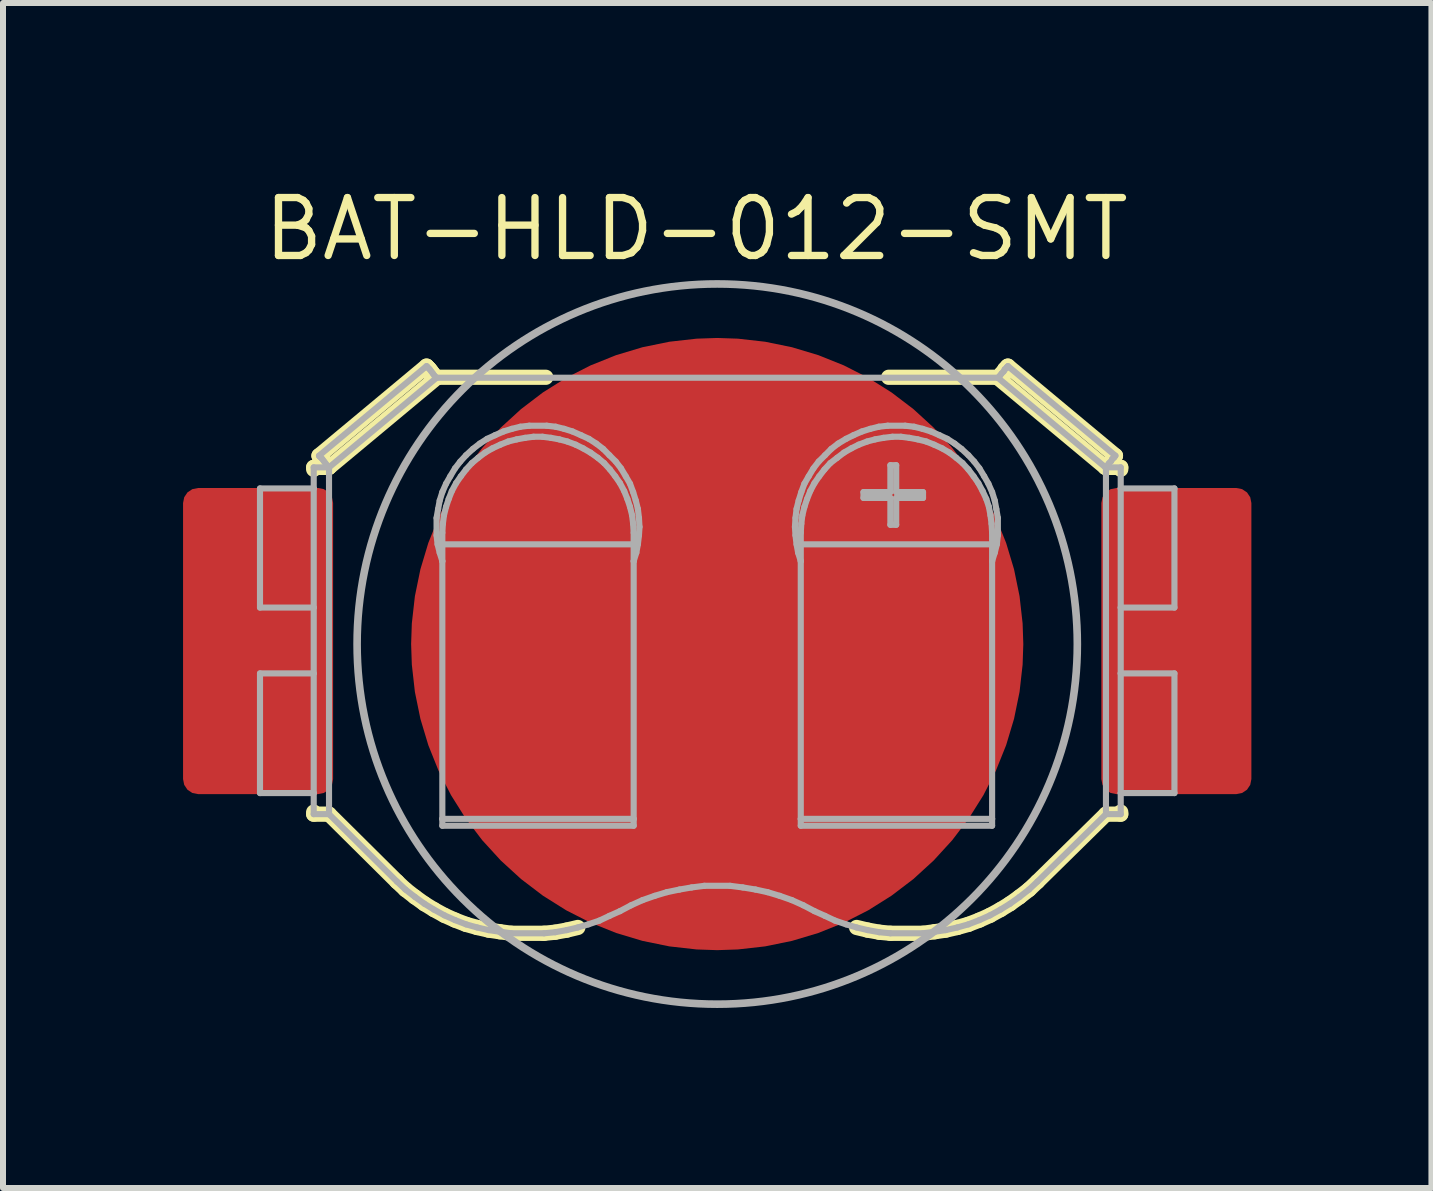
<source format=kicad_pcb>
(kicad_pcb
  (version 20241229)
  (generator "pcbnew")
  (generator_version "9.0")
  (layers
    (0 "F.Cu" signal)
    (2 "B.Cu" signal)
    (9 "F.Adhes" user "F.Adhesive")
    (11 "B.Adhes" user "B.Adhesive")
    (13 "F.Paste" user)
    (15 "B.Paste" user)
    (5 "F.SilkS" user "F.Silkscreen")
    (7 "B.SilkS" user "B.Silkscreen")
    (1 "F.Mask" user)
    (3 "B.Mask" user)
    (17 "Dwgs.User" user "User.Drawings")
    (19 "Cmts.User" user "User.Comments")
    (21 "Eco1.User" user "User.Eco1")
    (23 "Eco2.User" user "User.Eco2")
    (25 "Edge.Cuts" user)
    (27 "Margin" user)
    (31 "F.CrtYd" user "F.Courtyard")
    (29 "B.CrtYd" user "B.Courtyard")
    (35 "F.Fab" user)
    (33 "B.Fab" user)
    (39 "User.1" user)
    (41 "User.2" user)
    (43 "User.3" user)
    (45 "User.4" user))
  (footprint "BAT-HLD-012-SMT"
    (layer "F.Cu")
    (at 8.9 7.681)
    (property "Reference" "BAT-HLD-012-SMT" (at -7.62 -6.35 0) (layer "F.SilkS") (effects (font (size 0.965 0.965) (thickness 0.122)) (justify left bottom)))
    (attr through_hole)
    (fp_line (start -6.723 -2.911) (end -6.723 -2.944) (stroke (width 0.254) (type solid)) (layer "F.SilkS"))
    (fp_line (start -6.723 2.834) (end -6.723 2.8) (stroke (width 0.254) (type solid)) (layer "F.SilkS"))
    (fp_line (start -6.635 -3.138) (end -4.843 -4.631) (stroke (width 0.254) (type solid)) (layer "F.SilkS"))
    (fp_line (start -6.626 -3.129) (end -6.635 -3.138) (stroke (width 0.254) (type solid)) (layer "F.SilkS"))
    (fp_line (start -6.617 -3.12) (end -6.626 -3.129) (stroke (width 0.254) (type solid)) (layer "F.SilkS"))
    (fp_line (start -6.6 -3.103) (end -6.617 -3.12) (stroke (width 0.254) (type solid)) (layer "F.SilkS"))
    (fp_line (start -6.582 -3.085) (end -6.6 -3.103) (stroke (width 0.254) (type solid)) (layer "F.SilkS"))
    (fp_line (start -6.556 -3.05) (end -6.582 -3.085) (stroke (width 0.254) (type solid)) (layer "F.SilkS"))
    (fp_line (start -6.529 -3.015) (end -6.556 -3.05) (stroke (width 0.254) (type solid)) (layer "F.SilkS"))
    (fp_line (start -6.503 -2.98) (end -6.529 -3.015) (stroke (width 0.254) (type solid)) (layer "F.SilkS"))
    (fp_line (start -6.468 -2.944) (end -6.723 -2.944) (stroke (width 0.254) (type solid)) (layer "F.SilkS"))
    (fp_line (start -6.468 -2.944) (end -6.503 -2.98) (stroke (width 0.254) (type solid)) (layer "F.SilkS"))
    (fp_line (start -6.468 2.834) (end -6.723 2.834) (stroke (width 0.254) (type solid)) (layer "F.SilkS"))
    (fp_line (start -6.468 2.834) (end -5.335 3.958) (stroke (width 0.254) (type solid)) (layer "F.SilkS"))
    (fp_line (start -5.335 3.958) (end -5.195 4.09) (stroke (width 0.254) (type solid)) (layer "F.SilkS"))
    (fp_line (start -5.195 4.09) (end -5.037 4.213) (stroke (width 0.254) (type solid)) (layer "F.SilkS"))
    (fp_line (start -5.037 4.213) (end -4.878 4.327) (stroke (width 0.254) (type solid)) (layer "F.SilkS"))
    (fp_line (start -4.878 4.327) (end -4.72 4.424) (stroke (width 0.254) (type solid)) (layer "F.SilkS"))
    (fp_line (start -4.835 -4.622) (end -4.843 -4.631) (stroke (width 0.254) (type solid)) (layer "F.SilkS"))
    (fp_line (start -4.826 -4.613) (end -4.835 -4.622) (stroke (width 0.254) (type solid)) (layer "F.SilkS"))
    (fp_line (start -4.808 -4.595) (end -4.826 -4.613) (stroke (width 0.254) (type solid)) (layer "F.SilkS"))
    (fp_line (start -4.791 -4.578) (end -4.808 -4.595) (stroke (width 0.254) (type solid)) (layer "F.SilkS"))
    (fp_line (start -4.764 -4.543) (end -4.791 -4.578) (stroke (width 0.254) (type solid)) (layer "F.SilkS"))
    (fp_line (start -4.763 -4.445) (end -2.857 -4.445) (stroke (width 0.254) (type solid)) (layer "F.SilkS"))
    (fp_line (start -4.738 -4.508) (end -4.764 -4.543) (stroke (width 0.254) (type solid)) (layer "F.SilkS"))
    (fp_line (start -4.72 4.424) (end -4.545 4.52) (stroke (width 0.254) (type solid)) (layer "F.SilkS"))
    (fp_line (start -4.712 -4.473) (end -4.738 -4.508) (stroke (width 0.254) (type solid)) (layer "F.SilkS"))
    (fp_line (start -4.676 -4.437) (end -6.468 -2.944) (stroke (width 0.254) (type solid)) (layer "F.SilkS"))
    (fp_line (start -4.676 -4.437) (end -4.712 -4.473) (stroke (width 0.254) (type solid)) (layer "F.SilkS"))
    (fp_line (start -4.545 4.52) (end -4.369 4.599) (stroke (width 0.254) (type solid)) (layer "F.SilkS"))
    (fp_line (start -4.369 4.599) (end -4.185 4.67) (stroke (width 0.254) (type solid)) (layer "F.SilkS"))
    (fp_line (start -4.185 4.67) (end -4 4.722) (stroke (width 0.254) (type solid)) (layer "F.SilkS"))
    (fp_line (start -4 4.722) (end -3.807 4.766) (stroke (width 0.254) (type solid)) (layer "F.SilkS"))
    (fp_line (start -3.807 4.766) (end -3.623 4.793) (stroke (width 0.254) (type solid)) (layer "F.SilkS"))
    (fp_line (start -3.623 4.793) (end -3.429 4.819) (stroke (width 0.254) (type solid)) (layer "F.SilkS"))
    (fp_line (start -3.429 4.819) (end -2.885 4.819) (stroke (width 0.254) (type solid)) (layer "F.SilkS"))
    (fp_line (start -2.885 4.819) (end -2.7 4.801) (stroke (width 0.254) (type solid)) (layer "F.SilkS"))
    (fp_line (start -2.7 4.801) (end -2.507 4.766) (stroke (width 0.254) (type solid)) (layer "F.SilkS"))
    (fp_line (start -2.507 4.766) (end -2.323 4.722) (stroke (width 0.254) (type solid)) (layer "F.SilkS"))
    (fp_line (start 2.323 4.722) (end 2.507 4.766) (stroke (width 0.254) (type solid)) (layer "F.SilkS"))
    (fp_line (start 2.507 4.766) (end 2.7 4.801) (stroke (width 0.254) (type solid)) (layer "F.SilkS"))
    (fp_line (start 2.7 4.801) (end 2.885 4.819) (stroke (width 0.254) (type solid)) (layer "F.SilkS"))
    (fp_line (start 2.857 -4.445) (end 4.763 -4.445) (stroke (width 0.254) (type solid)) (layer "F.SilkS"))
    (fp_line (start 2.885 4.819) (end 3.429 4.819) (stroke (width 0.254) (type solid)) (layer "F.SilkS"))
    (fp_line (start 3.429 4.819) (end 3.623 4.793) (stroke (width 0.254) (type solid)) (layer "F.SilkS"))
    (fp_line (start 3.623 4.793) (end 3.807 4.766) (stroke (width 0.254) (type solid)) (layer "F.SilkS"))
    (fp_line (start 3.807 4.766) (end 4 4.722) (stroke (width 0.254) (type solid)) (layer "F.SilkS"))
    (fp_line (start 4 4.722) (end 4.185 4.67) (stroke (width 0.254) (type solid)) (layer "F.SilkS"))
    (fp_line (start 4.185 4.67) (end 4.369 4.599) (stroke (width 0.254) (type solid)) (layer "F.SilkS"))
    (fp_line (start 4.369 4.599) (end 4.545 4.52) (stroke (width 0.254) (type solid)) (layer "F.SilkS"))
    (fp_line (start 4.545 4.52) (end 4.72 4.424) (stroke (width 0.254) (type solid)) (layer "F.SilkS"))
    (fp_line (start 4.676 -4.437) (end 4.712 -4.473) (stroke (width 0.254) (type solid)) (layer "F.SilkS"))
    (fp_line (start 4.712 -4.473) (end 4.738 -4.508) (stroke (width 0.254) (type solid)) (layer "F.SilkS"))
    (fp_line (start 4.72 4.424) (end 4.878 4.327) (stroke (width 0.254) (type solid)) (layer "F.SilkS"))
    (fp_line (start 4.738 -4.508) (end 4.773 -4.543) (stroke (width 0.254) (type solid)) (layer "F.SilkS"))
    (fp_line (start 4.773 -4.543) (end 4.791 -4.578) (stroke (width 0.254) (type solid)) (layer "F.SilkS"))
    (fp_line (start 4.791 -4.578) (end 4.817 -4.595) (stroke (width 0.254) (type solid)) (layer "F.SilkS"))
    (fp_line (start 4.817 -4.595) (end 4.826 -4.613) (stroke (width 0.254) (type solid)) (layer "F.SilkS"))
    (fp_line (start 4.826 -4.613) (end 4.835 -4.622) (stroke (width 0.254) (type solid)) (layer "F.SilkS"))
    (fp_line (start 4.835 -4.622) (end 4.843 -4.631) (stroke (width 0.254) (type solid)) (layer "F.SilkS"))
    (fp_line (start 4.878 4.327) (end 5.037 4.213) (stroke (width 0.254) (type solid)) (layer "F.SilkS"))
    (fp_line (start 5.037 4.213) (end 5.195 4.09) (stroke (width 0.254) (type solid)) (layer "F.SilkS"))
    (fp_line (start 5.195 4.09) (end 5.335 3.958) (stroke (width 0.254) (type solid)) (layer "F.SilkS"))
    (fp_line (start 5.335 3.958) (end 6.477 2.834) (stroke (width 0.254) (type solid)) (layer "F.SilkS"))
    (fp_line (start 6.468 -2.944) (end 4.676 -4.437) (stroke (width 0.254) (type solid)) (layer "F.SilkS"))
    (fp_line (start 6.468 -2.944) (end 6.503 -2.98) (stroke (width 0.254) (type solid)) (layer "F.SilkS"))
    (fp_line (start 6.468 -2.944) (end 6.723 -2.944) (stroke (width 0.254) (type solid)) (layer "F.SilkS"))
    (fp_line (start 6.477 2.834) (end 6.723 2.834) (stroke (width 0.254) (type solid)) (layer "F.SilkS"))
    (fp_line (start 6.503 -2.98) (end 6.529 -3.015) (stroke (width 0.254) (type solid)) (layer "F.SilkS"))
    (fp_line (start 6.529 -3.015) (end 6.565 -3.05) (stroke (width 0.254) (type solid)) (layer "F.SilkS"))
    (fp_line (start 6.565 -3.05) (end 6.582 -3.085) (stroke (width 0.254) (type solid)) (layer "F.SilkS"))
    (fp_line (start 6.582 -3.085) (end 6.608 -3.103) (stroke (width 0.254) (type solid)) (layer "F.SilkS"))
    (fp_line (start 6.608 -3.103) (end 6.617 -3.12) (stroke (width 0.254) (type solid)) (layer "F.SilkS"))
    (fp_line (start 6.617 -3.12) (end 6.626 -3.129) (stroke (width 0.254) (type solid)) (layer "F.SilkS"))
    (fp_line (start 6.626 -3.129) (end 6.635 -3.138) (stroke (width 0.254) (type solid)) (layer "F.SilkS"))
    (fp_line (start 6.635 -3.138) (end 4.843 -4.631) (stroke (width 0.254) (type solid)) (layer "F.SilkS"))
    (fp_line (start 6.723 -2.911) (end 6.723 -2.944) (stroke (width 0.254) (type solid)) (layer "F.SilkS"))
    (fp_line (start 6.723 2.834) (end 6.723 2.8) (stroke (width 0.254) (type solid)) (layer "F.SilkS"))
    (fp_line (start -7.618 -2.593) (end -7.618 -0.608) (stroke (width 0.102) (type solid)) (layer "F.Fab"))
    (fp_line (start -7.618 -0.608) (end -6.723 -0.608) (stroke (width 0.102) (type solid)) (layer "F.Fab"))
    (fp_line (start -7.618 0.489) (end -7.618 2.483) (stroke (width 0.102) (type solid)) (layer "F.Fab"))
    (fp_line (start -7.618 2.483) (end -6.723 2.483) (stroke (width 0.102) (type solid)) (layer "F.Fab"))
    (fp_line (start -6.723 -2.593) (end -7.618 -2.593) (stroke (width 0.102) (type solid)) (layer "F.Fab"))
    (fp_line (start -6.723 -2.593) (end -6.723 -2.944) (stroke (width 0.102) (type solid)) (layer "F.Fab"))
    (fp_line (start -6.723 -0.608) (end -6.723 -2.593) (stroke (width 0.102) (type solid)) (layer "F.Fab"))
    (fp_line (start -6.723 0.489) (end -7.618 0.489) (stroke (width 0.102) (type solid)) (layer "F.Fab"))
    (fp_line (start -6.723 0.489) (end -6.723 -0.608) (stroke (width 0.102) (type solid)) (layer "F.Fab"))
    (fp_line (start -6.723 2.483) (end -6.723 0.489) (stroke (width 0.102) (type solid)) (layer "F.Fab"))
    (fp_line (start -6.723 2.834) (end -6.723 2.483) (stroke (width 0.102) (type solid)) (layer "F.Fab"))
    (fp_line (start -6.635 -3.138) (end -4.843 -4.631) (stroke (width 0.102) (type solid)) (layer "F.Fab"))
    (fp_line (start -6.626 -3.129) (end -6.635 -3.138) (stroke (width 0.102) (type solid)) (layer "F.Fab"))
    (fp_line (start -6.617 -3.12) (end -6.626 -3.129) (stroke (width 0.102) (type solid)) (layer "F.Fab"))
    (fp_line (start -6.6 -3.103) (end -6.617 -3.12) (stroke (width 0.102) (type solid)) (layer "F.Fab"))
    (fp_line (start -6.582 -3.085) (end -6.6 -3.103) (stroke (width 0.102) (type solid)) (layer "F.Fab"))
    (fp_line (start -6.556 -3.05) (end -6.582 -3.085) (stroke (width 0.102) (type solid)) (layer "F.Fab"))
    (fp_line (start -6.529 -3.015) (end -6.556 -3.05) (stroke (width 0.102) (type solid)) (layer "F.Fab"))
    (fp_line (start -6.503 -2.98) (end -6.529 -3.015) (stroke (width 0.102) (type solid)) (layer "F.Fab"))
    (fp_line (start -6.468 -2.944) (end -6.723 -2.944) (stroke (width 0.102) (type solid)) (layer "F.Fab"))
    (fp_line (start -6.468 -2.944) (end -6.503 -2.98) (stroke (width 0.102) (type solid)) (layer "F.Fab"))
    (fp_line (start -6.468 -2.944) (end -6.468 2.834) (stroke (width 0.102) (type solid)) (layer "F.Fab"))
    (fp_line (start -6.468 2.834) (end -6.723 2.834) (stroke (width 0.102) (type solid)) (layer "F.Fab"))
    (fp_line (start -6.468 2.834) (end -5.335 3.958) (stroke (width 0.102) (type solid)) (layer "F.Fab"))
    (fp_line (start -5.335 3.958) (end -5.195 4.09) (stroke (width 0.102) (type solid)) (layer "F.Fab"))
    (fp_line (start -5.195 4.09) (end -5.037 4.213) (stroke (width 0.102) (type solid)) (layer "F.Fab"))
    (fp_line (start -5.037 4.213) (end -4.878 4.327) (stroke (width 0.102) (type solid)) (layer "F.Fab"))
    (fp_line (start -4.878 4.327) (end -4.72 4.424) (stroke (width 0.102) (type solid)) (layer "F.Fab"))
    (fp_line (start -4.835 -4.622) (end -4.843 -4.631) (stroke (width 0.102) (type solid)) (layer "F.Fab"))
    (fp_line (start -4.826 -4.613) (end -4.835 -4.622) (stroke (width 0.102) (type solid)) (layer "F.Fab"))
    (fp_line (start -4.808 -4.595) (end -4.826 -4.613) (stroke (width 0.102) (type solid)) (layer "F.Fab"))
    (fp_line (start -4.791 -4.578) (end -4.808 -4.595) (stroke (width 0.102) (type solid)) (layer "F.Fab"))
    (fp_line (start -4.764 -4.543) (end -4.791 -4.578) (stroke (width 0.102) (type solid)) (layer "F.Fab"))
    (fp_line (start -4.738 -4.508) (end -4.764 -4.543) (stroke (width 0.102) (type solid)) (layer "F.Fab"))
    (fp_line (start -4.72 4.424) (end -4.545 4.52) (stroke (width 0.102) (type solid)) (layer "F.Fab"))
    (fp_line (start -4.712 -4.473) (end -4.738 -4.508) (stroke (width 0.102) (type solid)) (layer "F.Fab"))
    (fp_line (start -4.676 -4.437) (end -6.468 -2.944) (stroke (width 0.102) (type solid)) (layer "F.Fab"))
    (fp_line (start -4.676 -4.437) (end -4.712 -4.473) (stroke (width 0.102) (type solid)) (layer "F.Fab"))
    (fp_line (start -4.676 -2.101) (end -4.65 -2.251) (stroke (width 0.102) (type solid)) (layer "F.Fab"))
    (fp_line (start -4.676 -1.812) (end -4.676 -2.101) (stroke (width 0.102) (type solid)) (layer "F.Fab"))
    (fp_line (start -4.659 -1.662) (end -4.676 -1.812) (stroke (width 0.102) (type solid)) (layer "F.Fab"))
    (fp_line (start -4.65 -2.251) (end -4.624 -2.391) (stroke (width 0.102) (type solid)) (layer "F.Fab"))
    (fp_line (start -4.624 -2.391) (end -4.58 -2.532) (stroke (width 0.102) (type solid)) (layer "F.Fab"))
    (fp_line (start -4.624 -1.522) (end -4.659 -1.662) (stroke (width 0.102) (type solid)) (layer "F.Fab"))
    (fp_line (start -4.58 -2.532) (end -4.518 -2.672) (stroke (width 0.102) (type solid)) (layer "F.Fab"))
    (fp_line (start -4.58 -1.855) (end -4.571 -2.005) (stroke (width 0.102) (type solid)) (layer "F.Fab"))
    (fp_line (start -4.58 -1.662) (end -4.58 -1.855) (stroke (width 0.102) (type solid)) (layer "F.Fab"))
    (fp_line (start -4.58 -1.662) (end -4.58 -1.381) (stroke (width 0.102) (type solid)) (layer "F.Fab"))
    (fp_line (start -4.58 -1.381) (end -4.624 -1.522) (stroke (width 0.102) (type solid)) (layer "F.Fab"))
    (fp_line (start -4.58 2.913) (end -4.58 -1.381) (stroke (width 0.102) (type solid)) (layer "F.Fab"))
    (fp_line (start -4.58 2.913) (end -1.392 2.913) (stroke (width 0.102) (type solid)) (layer "F.Fab"))
    (fp_line (start -4.58 3.027) (end -4.58 2.913) (stroke (width 0.102) (type solid)) (layer "F.Fab"))
    (fp_line (start -4.571 -2.005) (end -4.553 -2.145) (stroke (width 0.102) (type solid)) (layer "F.Fab"))
    (fp_line (start -4.553 -2.145) (end -4.518 -2.286) (stroke (width 0.102) (type solid)) (layer "F.Fab"))
    (fp_line (start -4.545 4.52) (end -4.369 4.599) (stroke (width 0.102) (type solid)) (layer "F.Fab"))
    (fp_line (start -4.518 -2.672) (end -4.448 -2.795) (stroke (width 0.102) (type solid)) (layer "F.Fab"))
    (fp_line (start -4.518 -2.286) (end -4.474 -2.418) (stroke (width 0.102) (type solid)) (layer "F.Fab"))
    (fp_line (start -4.474 -2.418) (end -4.422 -2.549) (stroke (width 0.102) (type solid)) (layer "F.Fab"))
    (fp_line (start -4.448 -2.795) (end -4.369 -2.927) (stroke (width 0.102) (type solid)) (layer "F.Fab"))
    (fp_line (start -4.422 -2.549) (end -4.351 -2.681) (stroke (width 0.102) (type solid)) (layer "F.Fab"))
    (fp_line (start -4.369 -2.927) (end -4.281 -3.041) (stroke (width 0.102) (type solid)) (layer "F.Fab"))
    (fp_line (start -4.369 4.599) (end -4.185 4.67) (stroke (width 0.102) (type solid)) (layer "F.Fab"))
    (fp_line (start -4.351 -2.681) (end -4.272 -2.795) (stroke (width 0.102) (type solid)) (layer "F.Fab"))
    (fp_line (start -4.281 -3.041) (end -4.185 -3.146) (stroke (width 0.102) (type solid)) (layer "F.Fab"))
    (fp_line (start -4.272 -2.795) (end -4.185 -2.909) (stroke (width 0.102) (type solid)) (layer "F.Fab"))
    (fp_line (start -4.185 -3.146) (end -4.07 -3.252) (stroke (width 0.102) (type solid)) (layer "F.Fab"))
    (fp_line (start -4.185 -2.909) (end -4.088 -3.015) (stroke (width 0.102) (type solid)) (layer "F.Fab"))
    (fp_line (start -4.185 4.67) (end -4 4.722) (stroke (width 0.102) (type solid)) (layer "F.Fab"))
    (fp_line (start -4.088 -3.015) (end -3.983 -3.103) (stroke (width 0.102) (type solid)) (layer "F.Fab"))
    (fp_line (start -4.07 -3.252) (end -3.956 -3.34) (stroke (width 0.102) (type solid)) (layer "F.Fab"))
    (fp_line (start -4 4.722) (end -3.807 4.766) (stroke (width 0.102) (type solid)) (layer "F.Fab"))
    (fp_line (start -3.983 -3.103) (end -3.868 -3.19) (stroke (width 0.102) (type solid)) (layer "F.Fab"))
    (fp_line (start -3.956 -3.34) (end -3.833 -3.419) (stroke (width 0.102) (type solid)) (layer "F.Fab"))
    (fp_line (start -3.868 -3.19) (end -3.746 -3.261) (stroke (width 0.102) (type solid)) (layer "F.Fab"))
    (fp_line (start -3.833 -3.419) (end -3.702 -3.48) (stroke (width 0.102) (type solid)) (layer "F.Fab"))
    (fp_line (start -3.807 4.766) (end -3.623 4.793) (stroke (width 0.102) (type solid)) (layer "F.Fab"))
    (fp_line (start -3.746 -3.261) (end -3.614 -3.322) (stroke (width 0.102) (type solid)) (layer "F.Fab"))
    (fp_line (start -3.702 -3.48) (end -3.561 -3.542) (stroke (width 0.102) (type solid)) (layer "F.Fab"))
    (fp_line (start -3.623 4.793) (end -3.429 4.819) (stroke (width 0.102) (type solid)) (layer "F.Fab"))
    (fp_line (start -3.614 -3.322) (end -3.482 -3.375) (stroke (width 0.102) (type solid)) (layer "F.Fab"))
    (fp_line (start -3.561 -3.542) (end -3.421 -3.586) (stroke (width 0.102) (type solid)) (layer "F.Fab"))
    (fp_line (start -3.482 -3.375) (end -3.342 -3.41) (stroke (width 0.102) (type solid)) (layer "F.Fab"))
    (fp_line (start -3.429 4.819) (end -2.885 4.819) (stroke (width 0.102) (type solid)) (layer "F.Fab"))
    (fp_line (start -3.421 -3.586) (end -3.28 -3.621) (stroke (width 0.102) (type solid)) (layer "F.Fab"))
    (fp_line (start -3.342 -3.41) (end -3.201 -3.436) (stroke (width 0.102) (type solid)) (layer "F.Fab"))
    (fp_line (start -3.28 -3.621) (end -3.131 -3.638) (stroke (width 0.102) (type solid)) (layer "F.Fab"))
    (fp_line (start -3.201 -3.436) (end -3.061 -3.454) (stroke (width 0.102) (type solid)) (layer "F.Fab"))
    (fp_line (start -3.131 -3.638) (end -2.841 -3.638) (stroke (width 0.102) (type solid)) (layer "F.Fab"))
    (fp_line (start -3.061 -3.454) (end -2.911 -3.454) (stroke (width 0.102) (type solid)) (layer "F.Fab"))
    (fp_line (start -2.911 -3.454) (end -2.771 -3.436) (stroke (width 0.102) (type solid)) (layer "F.Fab"))
    (fp_line (start -2.885 4.819) (end -2.7 4.801) (stroke (width 0.102) (type solid)) (layer "F.Fab"))
    (fp_line (start -2.841 -3.638) (end -2.692 -3.621) (stroke (width 0.102) (type solid)) (layer "F.Fab"))
    (fp_line (start -2.771 -3.436) (end -2.63 -3.41) (stroke (width 0.102) (type solid)) (layer "F.Fab"))
    (fp_line (start -2.7 4.801) (end -2.507 4.766) (stroke (width 0.102) (type solid)) (layer "F.Fab"))
    (fp_line (start -2.692 -3.621) (end -2.551 -3.586) (stroke (width 0.102) (type solid)) (layer "F.Fab"))
    (fp_line (start -2.63 -3.41) (end -2.498 -3.375) (stroke (width 0.102) (type solid)) (layer "F.Fab"))
    (fp_line (start -2.551 -3.586) (end -2.411 -3.542) (stroke (width 0.102) (type solid)) (layer "F.Fab"))
    (fp_line (start -2.507 4.766) (end -2.323 4.722) (stroke (width 0.102) (type solid)) (layer "F.Fab"))
    (fp_line (start -2.498 -3.375) (end -2.358 -3.322) (stroke (width 0.102) (type solid)) (layer "F.Fab"))
    (fp_line (start -2.411 -3.542) (end -2.27 -3.48) (stroke (width 0.102) (type solid)) (layer "F.Fab"))
    (fp_line (start -2.358 -3.322) (end -2.235 -3.261) (stroke (width 0.102) (type solid)) (layer "F.Fab"))
    (fp_line (start -2.323 4.722) (end -2.147 4.67) (stroke (width 0.102) (type solid)) (layer "F.Fab"))
    (fp_line (start -2.27 -3.48) (end -2.138 -3.419) (stroke (width 0.102) (type solid)) (layer "F.Fab"))
    (fp_line (start -2.235 -3.261) (end -2.112 -3.19) (stroke (width 0.102) (type solid)) (layer "F.Fab"))
    (fp_line (start -2.147 4.67) (end -1.963 4.608) (stroke (width 0.102) (type solid)) (layer "F.Fab"))
    (fp_line (start -2.138 -3.419) (end -2.015 -3.34) (stroke (width 0.102) (type solid)) (layer "F.Fab"))
    (fp_line (start -2.112 -3.19) (end -1.989 -3.103) (stroke (width 0.102) (type solid)) (layer "F.Fab"))
    (fp_line (start -2.015 -3.34) (end -1.901 -3.252) (stroke (width 0.102) (type solid)) (layer "F.Fab"))
    (fp_line (start -1.989 -3.103) (end -1.884 -3.015) (stroke (width 0.102) (type solid)) (layer "F.Fab"))
    (fp_line (start -1.963 4.608) (end -1.796 4.529) (stroke (width 0.102) (type solid)) (layer "F.Fab"))
    (fp_line (start -1.901 -3.252) (end -1.796 -3.146) (stroke (width 0.102) (type solid)) (layer "F.Fab"))
    (fp_line (start -1.884 -3.015) (end -1.787 -2.909) (stroke (width 0.102) (type solid)) (layer "F.Fab"))
    (fp_line (start -1.796 -3.146) (end -1.691 -3.041) (stroke (width 0.102) (type solid)) (layer "F.Fab"))
    (fp_line (start -1.796 4.529) (end -1.62 4.45) (stroke (width 0.102) (type solid)) (layer "F.Fab"))
    (fp_line (start -1.787 -2.909) (end -1.699 -2.795) (stroke (width 0.102) (type solid)) (layer "F.Fab"))
    (fp_line (start -1.699 -2.795) (end -1.62 -2.681) (stroke (width 0.102) (type solid)) (layer "F.Fab"))
    (fp_line (start -1.691 -3.041) (end -1.603 -2.927) (stroke (width 0.102) (type solid)) (layer "F.Fab"))
    (fp_line (start -1.62 -2.681) (end -1.55 -2.549) (stroke (width 0.102) (type solid)) (layer "F.Fab"))
    (fp_line (start -1.62 4.45) (end -1.436 4.353) (stroke (width 0.102) (type solid)) (layer "F.Fab"))
    (fp_line (start -1.603 -2.927) (end -1.524 -2.795) (stroke (width 0.102) (type solid)) (layer "F.Fab"))
    (fp_line (start -1.55 -2.549) (end -1.497 -2.418) (stroke (width 0.102) (type solid)) (layer "F.Fab"))
    (fp_line (start -1.524 -2.795) (end -1.453 -2.672) (stroke (width 0.102) (type solid)) (layer "F.Fab"))
    (fp_line (start -1.497 -2.418) (end -1.453 -2.286) (stroke (width 0.102) (type solid)) (layer "F.Fab"))
    (fp_line (start -1.453 -2.672) (end -1.401 -2.532) (stroke (width 0.102) (type solid)) (layer "F.Fab"))
    (fp_line (start -1.453 -2.286) (end -1.418 -2.145) (stroke (width 0.102) (type solid)) (layer "F.Fab"))
    (fp_line (start -1.436 4.353) (end -1.243 4.266) (stroke (width 0.102) (type solid)) (layer "F.Fab"))
    (fp_line (start -1.418 -2.145) (end -1.401 -2.005) (stroke (width 0.102) (type solid)) (layer "F.Fab"))
    (fp_line (start -1.401 -2.532) (end -1.357 -2.391) (stroke (width 0.102) (type solid)) (layer "F.Fab"))
    (fp_line (start -1.401 -2.005) (end -1.392 -1.855) (stroke (width 0.102) (type solid)) (layer "F.Fab"))
    (fp_line (start -1.392 -1.855) (end -1.392 -1.662) (stroke (width 0.102) (type solid)) (layer "F.Fab"))
    (fp_line (start -1.392 -1.662) (end -4.58 -1.662) (stroke (width 0.102) (type solid)) (layer "F.Fab"))
    (fp_line (start -1.392 -1.381) (end -1.392 -1.662) (stroke (width 0.102) (type solid)) (layer "F.Fab"))
    (fp_line (start -1.392 -1.381) (end -1.392 2.913) (stroke (width 0.102) (type solid)) (layer "F.Fab"))
    (fp_line (start -1.392 2.913) (end -1.392 3.027) (stroke (width 0.102) (type solid)) (layer "F.Fab"))
    (fp_line (start -1.392 3.027) (end -4.58 3.027) (stroke (width 0.102) (type solid)) (layer "F.Fab"))
    (fp_line (start -1.357 -2.391) (end -1.322 -2.251) (stroke (width 0.102) (type solid)) (layer "F.Fab"))
    (fp_line (start -1.348 -1.522) (end -1.392 -1.381) (stroke (width 0.102) (type solid)) (layer "F.Fab"))
    (fp_line (start -1.322 -2.251) (end -1.304 -2.101) (stroke (width 0.102) (type solid)) (layer "F.Fab"))
    (fp_line (start -1.322 -1.662) (end -1.348 -1.522) (stroke (width 0.102) (type solid)) (layer "F.Fab"))
    (fp_line (start -1.304 -2.101) (end -1.295 -1.952) (stroke (width 0.102) (type solid)) (layer "F.Fab"))
    (fp_line (start -1.304 -1.812) (end -1.322 -1.662) (stroke (width 0.102) (type solid)) (layer "F.Fab"))
    (fp_line (start -1.295 -1.952) (end -1.304 -1.812) (stroke (width 0.102) (type solid)) (layer "F.Fab"))
    (fp_line (start -1.243 4.266) (end -1.041 4.195) (stroke (width 0.102) (type solid)) (layer "F.Fab"))
    (fp_line (start -1.041 4.195) (end -0.839 4.134) (stroke (width 0.102) (type solid)) (layer "F.Fab"))
    (fp_line (start -0.839 4.134) (end -0.628 4.09) (stroke (width 0.102) (type solid)) (layer "F.Fab"))
    (fp_line (start -0.628 4.09) (end -0.426 4.055) (stroke (width 0.102) (type solid)) (layer "F.Fab"))
    (fp_line (start -0.426 4.055) (end -0.215 4.028) (stroke (width 0.102) (type solid)) (layer "F.Fab"))
    (fp_line (start -0.215 4.028) (end 0.215 4.028) (stroke (width 0.102) (type solid)) (layer "F.Fab"))
    (fp_line (start 0.215 4.028) (end 0.426 4.055) (stroke (width 0.102) (type solid)) (layer "F.Fab"))
    (fp_line (start 0.426 4.055) (end 0.637 4.09) (stroke (width 0.102) (type solid)) (layer "F.Fab"))
    (fp_line (start 0.637 4.09) (end 0.839 4.134) (stroke (width 0.102) (type solid)) (layer "F.Fab"))
    (fp_line (start 0.839 4.134) (end 1.041 4.195) (stroke (width 0.102) (type solid)) (layer "F.Fab"))
    (fp_line (start 1.041 4.195) (end 1.243 4.266) (stroke (width 0.102) (type solid)) (layer "F.Fab"))
    (fp_line (start 1.243 4.266) (end 1.436 4.353) (stroke (width 0.102) (type solid)) (layer "F.Fab"))
    (fp_line (start 1.295 -1.952) (end 1.304 -1.812) (stroke (width 0.102) (type solid)) (layer "F.Fab"))
    (fp_line (start 1.304 -2.101) (end 1.295 -1.952) (stroke (width 0.102) (type solid)) (layer "F.Fab"))
    (fp_line (start 1.304 -1.812) (end 1.322 -1.662) (stroke (width 0.102) (type solid)) (layer "F.Fab"))
    (fp_line (start 1.322 -2.251) (end 1.304 -2.101) (stroke (width 0.102) (type solid)) (layer "F.Fab"))
    (fp_line (start 1.322 -1.662) (end 1.348 -1.522) (stroke (width 0.102) (type solid)) (layer "F.Fab"))
    (fp_line (start 1.348 -1.522) (end 1.392 -1.381) (stroke (width 0.102) (type solid)) (layer "F.Fab"))
    (fp_line (start 1.357 -2.391) (end 1.322 -2.251) (stroke (width 0.102) (type solid)) (layer "F.Fab"))
    (fp_line (start 1.392 -1.855) (end 1.392 -1.662) (stroke (width 0.102) (type solid)) (layer "F.Fab"))
    (fp_line (start 1.392 -1.662) (end 4.58 -1.662) (stroke (width 0.102) (type solid)) (layer "F.Fab"))
    (fp_line (start 1.392 -1.381) (end 1.392 -1.662) (stroke (width 0.102) (type solid)) (layer "F.Fab"))
    (fp_line (start 1.392 -1.381) (end 1.392 2.913) (stroke (width 0.102) (type solid)) (layer "F.Fab"))
    (fp_line (start 1.392 2.913) (end 1.392 3.027) (stroke (width 0.102) (type solid)) (layer "F.Fab"))
    (fp_line (start 1.392 3.027) (end 4.58 3.027) (stroke (width 0.102) (type solid)) (layer "F.Fab"))
    (fp_line (start 1.401 -2.532) (end 1.357 -2.391) (stroke (width 0.102) (type solid)) (layer "F.Fab"))
    (fp_line (start 1.401 -2.005) (end 1.392 -1.855) (stroke (width 0.102) (type solid)) (layer "F.Fab"))
    (fp_line (start 1.418 -2.145) (end 1.401 -2.005) (stroke (width 0.102) (type solid)) (layer "F.Fab"))
    (fp_line (start 1.436 4.353) (end 1.62 4.45) (stroke (width 0.102) (type solid)) (layer "F.Fab"))
    (fp_line (start 1.453 -2.672) (end 1.401 -2.532) (stroke (width 0.102) (type solid)) (layer "F.Fab"))
    (fp_line (start 1.453 -2.286) (end 1.418 -2.145) (stroke (width 0.102) (type solid)) (layer "F.Fab"))
    (fp_line (start 1.497 -2.418) (end 1.453 -2.286) (stroke (width 0.102) (type solid)) (layer "F.Fab"))
    (fp_line (start 1.524 -2.795) (end 1.453 -2.672) (stroke (width 0.102) (type solid)) (layer "F.Fab"))
    (fp_line (start 1.55 -2.549) (end 1.497 -2.418) (stroke (width 0.102) (type solid)) (layer "F.Fab"))
    (fp_line (start 1.603 -2.927) (end 1.524 -2.795) (stroke (width 0.102) (type solid)) (layer "F.Fab"))
    (fp_line (start 1.62 -2.681) (end 1.55 -2.549) (stroke (width 0.102) (type solid)) (layer "F.Fab"))
    (fp_line (start 1.62 4.45) (end 1.796 4.529) (stroke (width 0.102) (type solid)) (layer "F.Fab"))
    (fp_line (start 1.691 -3.041) (end 1.603 -2.927) (stroke (width 0.102) (type solid)) (layer "F.Fab"))
    (fp_line (start 1.699 -2.795) (end 1.62 -2.681) (stroke (width 0.102) (type solid)) (layer "F.Fab"))
    (fp_line (start 1.787 -2.909) (end 1.699 -2.795) (stroke (width 0.102) (type solid)) (layer "F.Fab"))
    (fp_line (start 1.796 -3.146) (end 1.691 -3.041) (stroke (width 0.102) (type solid)) (layer "F.Fab"))
    (fp_line (start 1.796 4.529) (end 1.963 4.608) (stroke (width 0.102) (type solid)) (layer "F.Fab"))
    (fp_line (start 1.884 -3.015) (end 1.787 -2.909) (stroke (width 0.102) (type solid)) (layer "F.Fab"))
    (fp_line (start 1.901 -3.252) (end 1.796 -3.146) (stroke (width 0.102) (type solid)) (layer "F.Fab"))
    (fp_line (start 1.963 4.608) (end 2.147 4.67) (stroke (width 0.102) (type solid)) (layer "F.Fab"))
    (fp_line (start 1.998 -3.103) (end 1.884 -3.015) (stroke (width 0.102) (type solid)) (layer "F.Fab"))
    (fp_line (start 2.015 -3.34) (end 1.901 -3.252) (stroke (width 0.102) (type solid)) (layer "F.Fab"))
    (fp_line (start 2.112 -3.19) (end 1.998 -3.103) (stroke (width 0.102) (type solid)) (layer "F.Fab"))
    (fp_line (start 2.147 -3.419) (end 2.015 -3.34) (stroke (width 0.102) (type solid)) (layer "F.Fab"))
    (fp_line (start 2.147 4.67) (end 2.323 4.722) (stroke (width 0.102) (type solid)) (layer "F.Fab"))
    (fp_line (start 2.235 -3.261) (end 2.112 -3.19) (stroke (width 0.102) (type solid)) (layer "F.Fab"))
    (fp_line (start 2.27 -3.48) (end 2.147 -3.419) (stroke (width 0.102) (type solid)) (layer "F.Fab"))
    (fp_line (start 2.323 4.722) (end 2.507 4.766) (stroke (width 0.102) (type solid)) (layer "F.Fab"))
    (fp_line (start 2.358 -3.322) (end 2.235 -3.261) (stroke (width 0.102) (type solid)) (layer "F.Fab"))
    (fp_line (start 2.411 -3.542) (end 2.27 -3.48) (stroke (width 0.102) (type solid)) (layer "F.Fab"))
    (fp_line (start 2.437 -2.532) (end 2.437 -2.435) (stroke (width 0.102) (type solid)) (layer "F.Fab"))
    (fp_line (start 2.437 -2.435) (end 2.885 -2.435) (stroke (width 0.102) (type solid)) (layer "F.Fab"))
    (fp_line (start 2.498 -3.375) (end 2.358 -3.322) (stroke (width 0.102) (type solid)) (layer "F.Fab"))
    (fp_line (start 2.507 4.766) (end 2.7 4.801) (stroke (width 0.102) (type solid)) (layer "F.Fab"))
    (fp_line (start 2.551 -3.586) (end 2.411 -3.542) (stroke (width 0.102) (type solid)) (layer "F.Fab"))
    (fp_line (start 2.63 -3.41) (end 2.498 -3.375) (stroke (width 0.102) (type solid)) (layer "F.Fab"))
    (fp_line (start 2.692 -3.621) (end 2.551 -3.586) (stroke (width 0.102) (type solid)) (layer "F.Fab"))
    (fp_line (start 2.7 4.801) (end 2.885 4.819) (stroke (width 0.102) (type solid)) (layer "F.Fab"))
    (fp_line (start 2.771 -3.436) (end 2.63 -3.41) (stroke (width 0.102) (type solid)) (layer "F.Fab"))
    (fp_line (start 2.841 -3.638) (end 2.692 -3.621) (stroke (width 0.102) (type solid)) (layer "F.Fab"))
    (fp_line (start 2.885 -2.98) (end 2.885 -2.532) (stroke (width 0.102) (type solid)) (layer "F.Fab"))
    (fp_line (start 2.885 -2.532) (end 2.437 -2.532) (stroke (width 0.102) (type solid)) (layer "F.Fab"))
    (fp_line (start 2.885 -2.435) (end 2.885 -1.987) (stroke (width 0.102) (type solid)) (layer "F.Fab"))
    (fp_line (start 2.885 -1.987) (end 2.982 -1.987) (stroke (width 0.102) (type solid)) (layer "F.Fab"))
    (fp_line (start 2.885 4.819) (end 3.429 4.819) (stroke (width 0.102) (type solid)) (layer "F.Fab"))
    (fp_line (start 2.92 -3.454) (end 2.771 -3.436) (stroke (width 0.102) (type solid)) (layer "F.Fab"))
    (fp_line (start 2.982 -2.98) (end 2.885 -2.98) (stroke (width 0.102) (type solid)) (layer "F.Fab"))
    (fp_line (start 2.982 -2.532) (end 2.982 -2.98) (stroke (width 0.102) (type solid)) (layer "F.Fab"))
    (fp_line (start 2.982 -2.435) (end 3.429 -2.435) (stroke (width 0.102) (type solid)) (layer "F.Fab"))
    (fp_line (start 2.982 -1.987) (end 2.982 -2.435) (stroke (width 0.102) (type solid)) (layer "F.Fab"))
    (fp_line (start 3.061 -3.454) (end 2.92 -3.454) (stroke (width 0.102) (type solid)) (layer "F.Fab"))
    (fp_line (start 3.131 -3.638) (end 2.841 -3.638) (stroke (width 0.102) (type solid)) (layer "F.Fab"))
    (fp_line (start 3.201 -3.436) (end 3.061 -3.454) (stroke (width 0.102) (type solid)) (layer "F.Fab"))
    (fp_line (start 3.28 -3.621) (end 3.131 -3.638) (stroke (width 0.102) (type solid)) (layer "F.Fab"))
    (fp_line (start 3.342 -3.41) (end 3.201 -3.436) (stroke (width 0.102) (type solid)) (layer "F.Fab"))
    (fp_line (start 3.421 -3.586) (end 3.28 -3.621) (stroke (width 0.102) (type solid)) (layer "F.Fab"))
    (fp_line (start 3.429 -2.532) (end 2.982 -2.532) (stroke (width 0.102) (type solid)) (layer "F.Fab"))
    (fp_line (start 3.429 -2.435) (end 3.429 -2.532) (stroke (width 0.102) (type solid)) (layer "F.Fab"))
    (fp_line (start 3.429 4.819) (end 3.623 4.793) (stroke (width 0.102) (type solid)) (layer "F.Fab"))
    (fp_line (start 3.482 -3.375) (end 3.342 -3.41) (stroke (width 0.102) (type solid)) (layer "F.Fab"))
    (fp_line (start 3.561 -3.542) (end 3.421 -3.586) (stroke (width 0.102) (type solid)) (layer "F.Fab"))
    (fp_line (start 3.614 -3.322) (end 3.482 -3.375) (stroke (width 0.102) (type solid)) (layer "F.Fab"))
    (fp_line (start 3.623 4.793) (end 3.807 4.766) (stroke (width 0.102) (type solid)) (layer "F.Fab"))
    (fp_line (start 3.702 -3.48) (end 3.561 -3.542) (stroke (width 0.102) (type solid)) (layer "F.Fab"))
    (fp_line (start 3.746 -3.261) (end 3.614 -3.322) (stroke (width 0.102) (type solid)) (layer "F.Fab"))
    (fp_line (start 3.807 4.766) (end 4 4.722) (stroke (width 0.102) (type solid)) (layer "F.Fab"))
    (fp_line (start 3.833 -3.419) (end 3.702 -3.48) (stroke (width 0.102) (type solid)) (layer "F.Fab"))
    (fp_line (start 3.868 -3.19) (end 3.746 -3.261) (stroke (width 0.102) (type solid)) (layer "F.Fab"))
    (fp_line (start 3.956 -3.34) (end 3.833 -3.419) (stroke (width 0.102) (type solid)) (layer "F.Fab"))
    (fp_line (start 3.983 -3.103) (end 3.868 -3.19) (stroke (width 0.102) (type solid)) (layer "F.Fab"))
    (fp_line (start 4 4.722) (end 4.185 4.67) (stroke (width 0.102) (type solid)) (layer "F.Fab"))
    (fp_line (start 4.07 -3.252) (end 3.956 -3.34) (stroke (width 0.102) (type solid)) (layer "F.Fab"))
    (fp_line (start 4.088 -3.015) (end 3.983 -3.103) (stroke (width 0.102) (type solid)) (layer "F.Fab"))
    (fp_line (start 4.185 -3.146) (end 4.07 -3.252) (stroke (width 0.102) (type solid)) (layer "F.Fab"))
    (fp_line (start 4.185 -2.909) (end 4.088 -3.015) (stroke (width 0.102) (type solid)) (layer "F.Fab"))
    (fp_line (start 4.185 4.67) (end 4.369 4.599) (stroke (width 0.102) (type solid)) (layer "F.Fab"))
    (fp_line (start 4.272 -2.795) (end 4.185 -2.909) (stroke (width 0.102) (type solid)) (layer "F.Fab"))
    (fp_line (start 4.281 -3.041) (end 4.185 -3.146) (stroke (width 0.102) (type solid)) (layer "F.Fab"))
    (fp_line (start 4.351 -2.681) (end 4.272 -2.795) (stroke (width 0.102) (type solid)) (layer "F.Fab"))
    (fp_line (start 4.369 -2.927) (end 4.281 -3.041) (stroke (width 0.102) (type solid)) (layer "F.Fab"))
    (fp_line (start 4.369 4.599) (end 4.545 4.52) (stroke (width 0.102) (type solid)) (layer "F.Fab"))
    (fp_line (start 4.422 -2.549) (end 4.351 -2.681) (stroke (width 0.102) (type solid)) (layer "F.Fab"))
    (fp_line (start 4.448 -2.795) (end 4.369 -2.927) (stroke (width 0.102) (type solid)) (layer "F.Fab"))
    (fp_line (start 4.483 -2.418) (end 4.422 -2.549) (stroke (width 0.102) (type solid)) (layer "F.Fab"))
    (fp_line (start 4.518 -2.672) (end 4.448 -2.795) (stroke (width 0.102) (type solid)) (layer "F.Fab"))
    (fp_line (start 4.527 -2.286) (end 4.483 -2.418) (stroke (width 0.102) (type solid)) (layer "F.Fab"))
    (fp_line (start 4.545 4.52) (end 4.72 4.424) (stroke (width 0.102) (type solid)) (layer "F.Fab"))
    (fp_line (start 4.553 -2.145) (end 4.527 -2.286) (stroke (width 0.102) (type solid)) (layer "F.Fab"))
    (fp_line (start 4.571 -2.005) (end 4.553 -2.145) (stroke (width 0.102) (type solid)) (layer "F.Fab"))
    (fp_line (start 4.58 -2.532) (end 4.518 -2.672) (stroke (width 0.102) (type solid)) (layer "F.Fab"))
    (fp_line (start 4.58 -1.855) (end 4.571 -2.005) (stroke (width 0.102) (type solid)) (layer "F.Fab"))
    (fp_line (start 4.58 -1.662) (end 4.58 -1.855) (stroke (width 0.102) (type solid)) (layer "F.Fab"))
    (fp_line (start 4.58 -1.662) (end 4.58 -1.381) (stroke (width 0.102) (type solid)) (layer "F.Fab"))
    (fp_line (start 4.58 -1.381) (end 4.624 -1.522) (stroke (width 0.102) (type solid)) (layer "F.Fab"))
    (fp_line (start 4.58 2.913) (end 1.392 2.913) (stroke (width 0.102) (type solid)) (layer "F.Fab"))
    (fp_line (start 4.58 2.913) (end 4.58 -1.381) (stroke (width 0.102) (type solid)) (layer "F.Fab"))
    (fp_line (start 4.58 3.027) (end 4.58 2.913) (stroke (width 0.102) (type solid)) (layer "F.Fab"))
    (fp_line (start 4.624 -2.391) (end 4.58 -2.532) (stroke (width 0.102) (type solid)) (layer "F.Fab"))
    (fp_line (start 4.624 -1.522) (end 4.659 -1.662) (stroke (width 0.102) (type solid)) (layer "F.Fab"))
    (fp_line (start 4.65 -2.251) (end 4.624 -2.391) (stroke (width 0.102) (type solid)) (layer "F.Fab"))
    (fp_line (start 4.659 -1.662) (end 4.676 -1.812) (stroke (width 0.102) (type solid)) (layer "F.Fab"))
    (fp_line (start 4.676 -4.437) (end -4.676 -4.437) (stroke (width 0.102) (type solid)) (layer "F.Fab"))
    (fp_line (start 4.676 -4.437) (end 4.712 -4.473) (stroke (width 0.102) (type solid)) (layer "F.Fab"))
    (fp_line (start 4.676 -2.101) (end 4.65 -2.251) (stroke (width 0.102) (type solid)) (layer "F.Fab"))
    (fp_line (start 4.676 -1.812) (end 4.676 -2.101) (stroke (width 0.102) (type solid)) (layer "F.Fab"))
    (fp_line (start 4.712 -4.473) (end 4.738 -4.508) (stroke (width 0.102) (type solid)) (layer "F.Fab"))
    (fp_line (start 4.72 4.424) (end 4.878 4.327) (stroke (width 0.102) (type solid)) (layer "F.Fab"))
    (fp_line (start 4.738 -4.508) (end 4.773 -4.543) (stroke (width 0.102) (type solid)) (layer "F.Fab"))
    (fp_line (start 4.773 -4.543) (end 4.791 -4.578) (stroke (width 0.102) (type solid)) (layer "F.Fab"))
    (fp_line (start 4.791 -4.578) (end 4.817 -4.595) (stroke (width 0.102) (type solid)) (layer "F.Fab"))
    (fp_line (start 4.817 -4.595) (end 4.826 -4.613) (stroke (width 0.102) (type solid)) (layer "F.Fab"))
    (fp_line (start 4.826 -4.613) (end 4.835 -4.622) (stroke (width 0.102) (type solid)) (layer "F.Fab"))
    (fp_line (start 4.835 -4.622) (end 4.843 -4.631) (stroke (width 0.102) (type solid)) (layer "F.Fab"))
    (fp_line (start 4.878 4.327) (end 5.037 4.213) (stroke (width 0.102) (type solid)) (layer "F.Fab"))
    (fp_line (start 5.037 4.213) (end 5.195 4.09) (stroke (width 0.102) (type solid)) (layer "F.Fab"))
    (fp_line (start 5.195 4.09) (end 5.335 3.958) (stroke (width 0.102) (type solid)) (layer "F.Fab"))
    (fp_line (start 5.335 3.958) (end 6.477 2.834) (stroke (width 0.102) (type solid)) (layer "F.Fab"))
    (fp_line (start 6.468 -2.944) (end 4.676 -4.437) (stroke (width 0.102) (type solid)) (layer "F.Fab"))
    (fp_line (start 6.468 -2.944) (end 6.503 -2.98) (stroke (width 0.102) (type solid)) (layer "F.Fab"))
    (fp_line (start 6.477 -2.944) (end 6.468 -2.944) (stroke (width 0.102) (type solid)) (layer "F.Fab"))
    (fp_line (start 6.477 -2.944) (end 6.723 -2.944) (stroke (width 0.102) (type solid)) (layer "F.Fab"))
    (fp_line (start 6.477 2.834) (end 6.477 -2.944) (stroke (width 0.102) (type solid)) (layer "F.Fab"))
    (fp_line (start 6.477 2.834) (end 6.723 2.834) (stroke (width 0.102) (type solid)) (layer "F.Fab"))
    (fp_line (start 6.503 -2.98) (end 6.529 -3.015) (stroke (width 0.102) (type solid)) (layer "F.Fab"))
    (fp_line (start 6.529 -3.015) (end 6.565 -3.05) (stroke (width 0.102) (type solid)) (layer "F.Fab"))
    (fp_line (start 6.565 -3.05) (end 6.582 -3.085) (stroke (width 0.102) (type solid)) (layer "F.Fab"))
    (fp_line (start 6.582 -3.085) (end 6.608 -3.103) (stroke (width 0.102) (type solid)) (layer "F.Fab"))
    (fp_line (start 6.608 -3.103) (end 6.617 -3.12) (stroke (width 0.102) (type solid)) (layer "F.Fab"))
    (fp_line (start 6.617 -3.12) (end 6.626 -3.129) (stroke (width 0.102) (type solid)) (layer "F.Fab"))
    (fp_line (start 6.626 -3.129) (end 6.635 -3.138) (stroke (width 0.102) (type solid)) (layer "F.Fab"))
    (fp_line (start 6.635 -3.138) (end 4.843 -4.631) (stroke (width 0.102) (type solid)) (layer "F.Fab"))
    (fp_line (start 6.723 -2.593) (end 6.723 -2.944) (stroke (width 0.102) (type solid)) (layer "F.Fab"))
    (fp_line (start 6.723 -2.593) (end 7.618 -2.593) (stroke (width 0.102) (type solid)) (layer "F.Fab"))
    (fp_line (start 6.723 -0.608) (end 6.723 -2.593) (stroke (width 0.102) (type solid)) (layer "F.Fab"))
    (fp_line (start 6.723 0.489) (end 6.723 -0.608) (stroke (width 0.102) (type solid)) (layer "F.Fab"))
    (fp_line (start 6.723 0.489) (end 7.618 0.489) (stroke (width 0.102) (type solid)) (layer "F.Fab"))
    (fp_line (start 6.723 2.483) (end 6.723 0.489) (stroke (width 0.102) (type solid)) (layer "F.Fab"))
    (fp_line (start 6.723 2.834) (end 6.723 2.483) (stroke (width 0.102) (type solid)) (layer "F.Fab"))
    (fp_line (start 7.618 -2.593) (end 7.618 -0.608) (stroke (width 0.102) (type solid)) (layer "F.Fab"))
    (fp_line (start 7.618 -0.608) (end 6.723 -0.608) (stroke (width 0.102) (type solid)) (layer "F.Fab"))
    (fp_line (start 7.618 0.489) (end 7.618 2.483) (stroke (width 0.102) (type solid)) (layer "F.Fab"))
    (fp_line (start 7.618 2.483) (end 6.723 2.483) (stroke (width 0.102) (type solid)) (layer "F.Fab"))
    (fp_circle (center 0 0) (end 6 0) (stroke (width 0.127) (type solid)) (fill no) (layer "F.Fab"))
    (pad "1" smd roundrect (at 0 0) (size 10.2 10.2) (layers "F.Cu" "F.Mask" "F.Paste") (roundrect_rratio 0.5))
    (pad "2" smd roundrect (at -7.65 -0.05 90) (size 5.1 2.5) (layers "F.Cu" "F.Mask" "F.Paste") (roundrect_rratio 0.1))
    (pad "3" smd roundrect (at 7.65 -0.05 90) (size 5.1 2.5) (layers "F.Cu" "F.Mask" "F.Paste") (roundrect_rratio 0.1)))
  (gr_rect
    (start -3 -3)
    (end 20.8 16.744)
    (stroke (width 0.1) (type default))
    (fill no)
    (layer "Edge.Cuts")))
</source>
